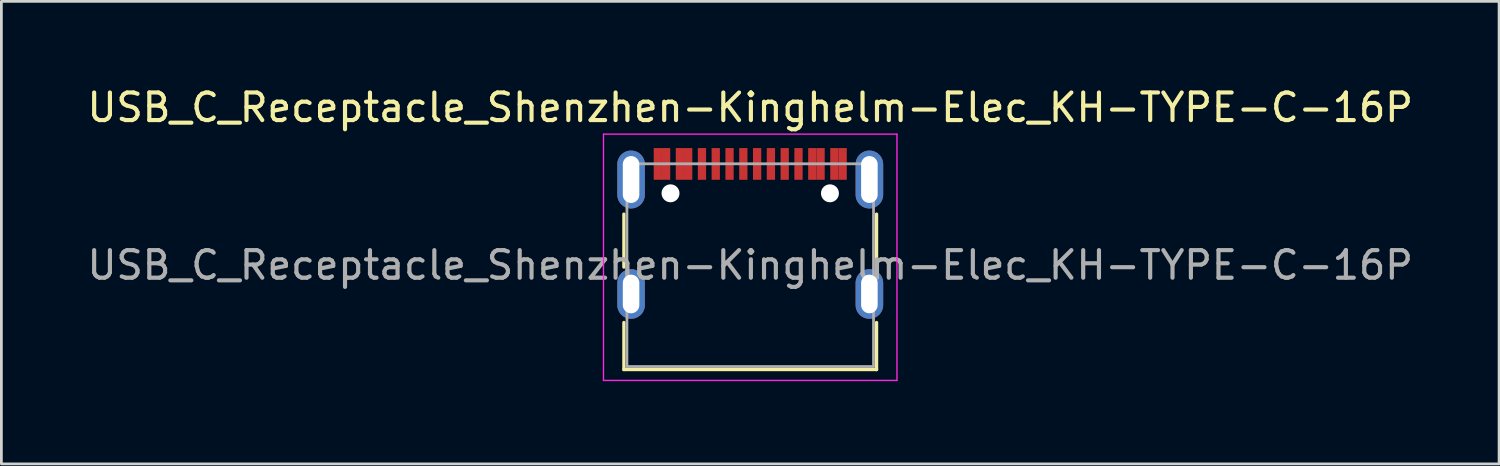
<source format=kicad_pcb>
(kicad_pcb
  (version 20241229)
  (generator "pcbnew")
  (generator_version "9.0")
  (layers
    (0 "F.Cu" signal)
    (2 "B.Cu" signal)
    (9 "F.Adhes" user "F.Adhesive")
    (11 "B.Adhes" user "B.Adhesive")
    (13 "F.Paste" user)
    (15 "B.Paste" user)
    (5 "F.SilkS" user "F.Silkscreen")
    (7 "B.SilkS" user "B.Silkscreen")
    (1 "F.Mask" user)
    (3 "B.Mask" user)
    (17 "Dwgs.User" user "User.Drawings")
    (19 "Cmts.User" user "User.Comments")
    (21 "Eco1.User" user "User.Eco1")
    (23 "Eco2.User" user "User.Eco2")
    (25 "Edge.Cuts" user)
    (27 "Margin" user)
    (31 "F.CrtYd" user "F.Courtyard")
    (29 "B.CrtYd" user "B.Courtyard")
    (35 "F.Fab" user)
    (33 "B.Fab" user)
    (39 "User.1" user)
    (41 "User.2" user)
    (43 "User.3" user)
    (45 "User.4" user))
  (footprint "USB_C_Receptacle_Shenzhen-Kinghelm-Elec_KH-TYPE-C-16P"
    (layer "F.Cu")
    (at 24.149 6.563)
    (property "Reference" "USB_C_Receptacle_Shenzhen-Kinghelm-Elec_KH-TYPE-C-16P" (at 0 -5.715 0) (layer "F.SilkS") (effects (font (size 1 1) (thickness 0.15))))
    (attr smd)
    (fp_line (start -4.58 -1.85) (end -4.58 0.07) (stroke (width 0.12) (type solid)) (layer "F.SilkS"))
    (fp_line (start -4.58 3.785) (end -4.58 2.08) (stroke (width 0.12) (type solid)) (layer "F.SilkS"))
    (fp_line (start 4.58 0.07) (end 4.58 -1.85) (stroke (width 0.12) (type solid)) (layer "F.SilkS"))
    (fp_line (start 4.58 2.08) (end 4.58 3.785) (stroke (width 0.12) (type solid)) (layer "F.SilkS"))
    (fp_line (start 4.58 3.785) (end -4.58 3.785) (stroke (width 0.12) (type solid)) (layer "F.SilkS"))
    (fp_line (start -5.32 -4.75) (end 5.32 -4.75) (stroke (width 0.05) (type solid)) (layer "F.CrtYd"))
    (fp_line (start -5.32 4.18) (end -5.32 -4.75) (stroke (width 0.05) (type solid)) (layer "F.CrtYd"))
    (fp_line (start 5.32 -4.75) (end 5.32 4.18) (stroke (width 0.05) (type solid)) (layer "F.CrtYd"))
    (fp_line (start 5.32 4.18) (end -5.32 4.18) (stroke (width 0.05) (type solid)) (layer "F.CrtYd"))
    (fp_line (start -4.47 -3.675) (end -4.47 3.675) (stroke (width 0.1) (type solid)) (layer "F.Fab"))
    (fp_line (start -4.47 -3.675) (end 4.47 -3.675) (stroke (width 0.1) (type solid)) (layer "F.Fab"))
    (fp_line (start -4.47 3.675) (end 4.47 3.675) (stroke (width 0.1) (type solid)) (layer "F.Fab"))
    (fp_line (start 4.47 3.675) (end 4.47 -3.675) (stroke (width 0.1) (type solid)) (layer "F.Fab"))
    (fp_text user "${REFERENCE}" (at 0 0 0) (layer "F.Fab") (effects (font (size 1 1) (thickness 0.15))))
    (pad "" np_thru_hole circle (at -2.89 -2.605) (size 0.65 0.65) (drill 0.65) (layers "*.Cu" "*.Mask"))
    (pad "" np_thru_hole circle (at 2.89 -2.605) (size 0.65 0.65) (drill 0.65) (layers "*.Cu" "*.Mask"))
    (pad "A1" smd rect (at -3.35 -3.67) (size 0.3 1.15) (layers "F.Cu" "F.Mask" "F.Paste"))
    (pad "A4" smd rect (at -2.55 -3.67) (size 0.3 1.15) (layers "F.Cu" "F.Mask" "F.Paste"))
    (pad "A5" smd rect (at -1.25 -3.67) (size 0.3 1.15) (layers "F.Cu" "F.Mask" "F.Paste"))
    (pad "A6" smd rect (at -0.25 -3.67) (size 0.3 1.15) (layers "F.Cu" "F.Mask" "F.Paste"))
    (pad "A7" smd rect (at 0.25 -3.67) (size 0.3 1.15) (layers "F.Cu" "F.Mask" "F.Paste"))
    (pad "A8" smd rect (at 1.25 -3.67) (size 0.3 1.15) (layers "F.Cu" "F.Mask" "F.Paste"))
    (pad "A9" smd rect (at 2.55 -3.67) (size 0.3 1.15) (layers "F.Cu" "F.Mask" "F.Paste"))
    (pad "A12" smd rect (at 3.35 -3.67) (size 0.3 1.15) (layers "F.Cu" "F.Mask" "F.Paste"))
    (pad "B1" smd rect (at 3.05 -3.67) (size 0.3 1.15) (layers "F.Cu" "F.Mask" "F.Paste"))
    (pad "B4" smd rect (at 2.25 -3.67) (size 0.3 1.15) (layers "F.Cu" "F.Mask" "F.Paste"))
    (pad "B5" smd rect (at 1.75 -3.67) (size 0.3 1.15) (layers "F.Cu" "F.Mask" "F.Paste"))
    (pad "B6" smd rect (at 0.75 -3.67) (size 0.3 1.15) (layers "F.Cu" "F.Mask" "F.Paste"))
    (pad "B7" smd rect (at -0.75 -3.67) (size 0.3 1.15) (layers "F.Cu" "F.Mask" "F.Paste"))
    (pad "B8" smd rect (at -1.75 -3.67) (size 0.3 1.15) (layers "F.Cu" "F.Mask" "F.Paste"))
    (pad "B9" smd rect (at -2.25 -3.67) (size 0.3 1.15) (layers "F.Cu" "F.Mask" "F.Paste"))
    (pad "B12" smd rect (at -3.05 -3.67) (size 0.3 1.15) (layers "F.Cu" "F.Mask" "F.Paste"))
    (pad "S1" thru_hole oval (at -4.32 -3.105) (size 1 2.1) (drill oval 0.6 1.7) (layers "*.Cu" "*.Mask"))
    (pad "S1" thru_hole oval (at -4.32 1.045) (size 1 1.8) (drill oval 0.6 1.4) (layers "*.Cu" "*.Mask"))
    (pad "S1" thru_hole oval (at 4.32 -3.105) (size 1 2.1) (drill oval 0.6 1.7) (layers "*.Cu" "*.Mask"))
    (pad "S1" thru_hole oval (at 4.32 1.045) (size 1 1.8) (drill oval 0.6 1.4) (layers "*.Cu" "*.Mask")))
  (gr_rect
    (start -3 -3)
    (end 51.298 13.768)
    (stroke (width 0.1) (type default))
    (fill no)
    (layer "Edge.Cuts")))
</source>
